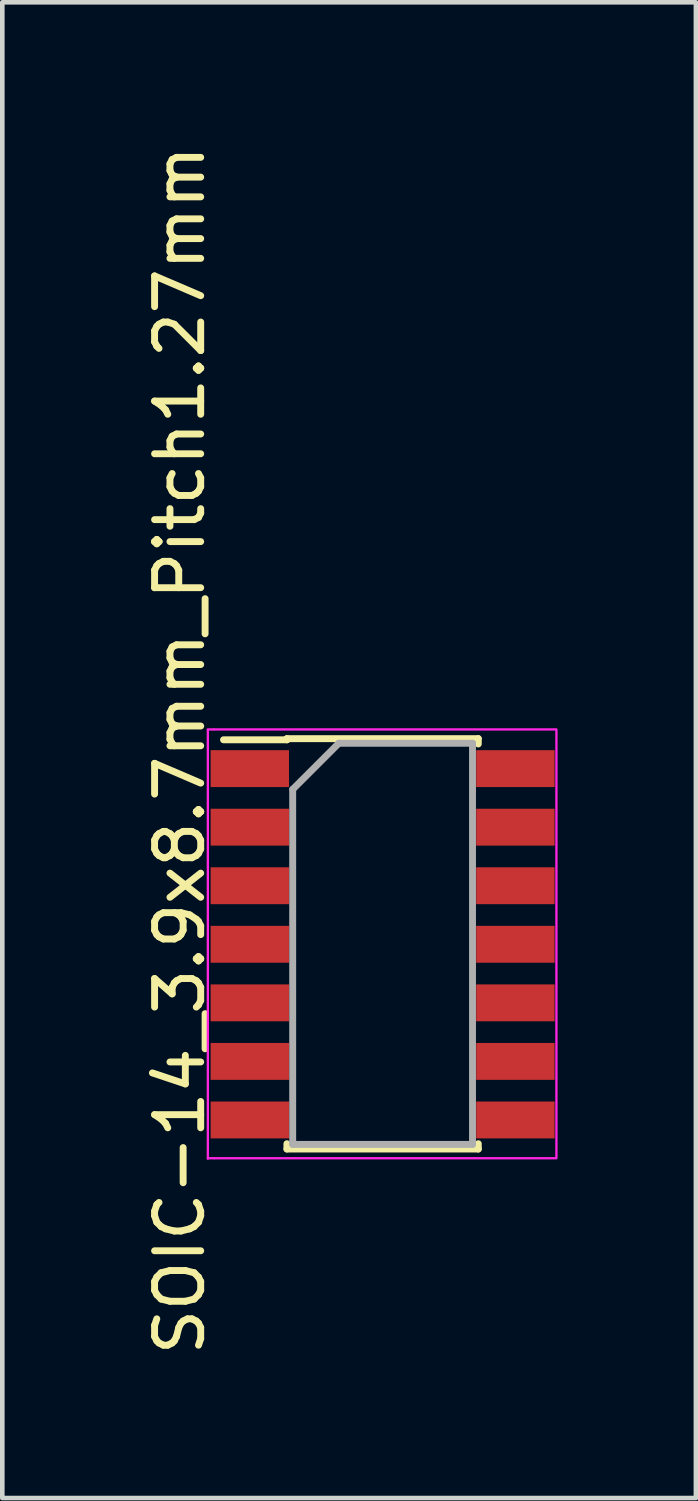
<source format=kicad_pcb>
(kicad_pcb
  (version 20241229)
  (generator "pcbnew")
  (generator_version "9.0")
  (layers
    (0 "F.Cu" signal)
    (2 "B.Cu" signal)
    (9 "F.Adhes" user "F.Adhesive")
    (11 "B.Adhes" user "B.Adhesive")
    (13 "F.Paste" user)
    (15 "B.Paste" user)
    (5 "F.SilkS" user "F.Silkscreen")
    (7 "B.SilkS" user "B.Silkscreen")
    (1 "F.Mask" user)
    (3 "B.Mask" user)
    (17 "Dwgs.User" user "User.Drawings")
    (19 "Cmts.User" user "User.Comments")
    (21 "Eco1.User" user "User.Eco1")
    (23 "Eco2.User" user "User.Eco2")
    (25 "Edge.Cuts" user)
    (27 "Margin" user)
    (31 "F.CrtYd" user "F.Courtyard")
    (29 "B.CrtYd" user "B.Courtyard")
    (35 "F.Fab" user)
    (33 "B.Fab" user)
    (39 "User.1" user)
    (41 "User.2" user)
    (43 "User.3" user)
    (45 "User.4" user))
  (footprint "SOIC-14_3.9x8.7mm_Pitch1.27mm"
    (layer "F.Cu")
    (at 5.248 17.42)
    (property "Reference" "SOIC-14_3.9x8.7mm_Pitch1.27mm" (at -4.4 -4.2 270) (layer "F.SilkS") (effects (font (size 1 1) (thickness 0.15))))
    (attr smd)
    (fp_line (start -2.075 -4.45) (end -2.075 -4.425) (stroke (width 0.15) (type solid)) (layer "F.SilkS"))
    (fp_line (start -2.075 -4.45) (end 2.075 -4.45) (stroke (width 0.15) (type solid)) (layer "F.SilkS"))
    (fp_line (start -2.075 -4.425) (end -3.45 -4.425) (stroke (width 0.15) (type solid)) (layer "F.SilkS"))
    (fp_line (start -2.075 4.45) (end -2.075 4.335) (stroke (width 0.15) (type solid)) (layer "F.SilkS"))
    (fp_line (start -2.075 4.45) (end 2.075 4.45) (stroke (width 0.15) (type solid)) (layer "F.SilkS"))
    (fp_line (start 2.075 -4.45) (end 2.075 -4.335) (stroke (width 0.15) (type solid)) (layer "F.SilkS"))
    (fp_line (start 2.075 4.45) (end 2.075 4.335) (stroke (width 0.15) (type solid)) (layer "F.SilkS"))
    (fp_line (start -3.79 -4.64) (end -3.79 4.66) (stroke (width 0.05) (type solid)) (layer "F.CrtYd"))
    (fp_line (start -3.66 -4.65) (end -3.79 -4.65) (stroke (width 0.05) (type solid)) (layer "F.CrtYd"))
    (fp_line (start -3.65 -4.65) (end 3.75 -4.65) (stroke (width 0.05) (type solid)) (layer "F.CrtYd"))
    (fp_line (start -3.65 4.65) (end -3.79 4.65) (stroke (width 0.05) (type solid)) (layer "F.CrtYd"))
    (fp_line (start -3.65 4.65) (end 3.75 4.65) (stroke (width 0.05) (type solid)) (layer "F.CrtYd"))
    (fp_line (start 3.77 -4.65) (end 3.77 4.65) (stroke (width 0.05) (type solid)) (layer "F.CrtYd"))
    (fp_line (start -1.95 -3.35) (end -0.95 -4.35) (stroke (width 0.15) (type solid)) (layer "F.Fab"))
    (fp_line (start -1.95 4.35) (end -1.95 -3.35) (stroke (width 0.15) (type solid)) (layer "F.Fab"))
    (fp_line (start -0.95 -4.35) (end 1.95 -4.35) (stroke (width 0.15) (type solid)) (layer "F.Fab"))
    (fp_line (start 1.95 -4.35) (end 1.95 4.35) (stroke (width 0.15) (type solid)) (layer "F.Fab"))
    (fp_line (start 1.95 4.35) (end -1.95 4.35) (stroke (width 0.15) (type solid)) (layer "F.Fab"))
    (pad "1" smd rect (at -2.88 -3.8) (size 1.7 0.8) (layers "F.Cu" "F.Mask" "F.Paste"))
    (pad "2" smd rect (at -2.88 -2.53) (size 1.7 0.8) (layers "F.Cu" "F.Mask" "F.Paste"))
    (pad "3" smd rect (at -2.88 -1.26) (size 1.7 0.8) (layers "F.Cu" "F.Mask" "F.Paste"))
    (pad "4" smd rect (at -2.88 0.01) (size 1.7 0.8) (layers "F.Cu" "F.Mask" "F.Paste"))
    (pad "5" smd rect (at -2.88 1.28) (size 1.7 0.8) (layers "F.Cu" "F.Mask" "F.Paste"))
    (pad "6" smd rect (at -2.88 2.55) (size 1.7 0.8) (layers "F.Cu" "F.Mask" "F.Paste"))
    (pad "7" smd rect (at -2.88 3.82) (size 1.7 0.8) (layers "F.Cu" "F.Mask" "F.Paste"))
    (pad "8" smd rect (at 2.88 3.82) (size 1.7 0.8) (layers "F.Cu" "F.Mask" "F.Paste"))
    (pad "9" smd rect (at 2.88 2.55) (size 1.7 0.8) (layers "F.Cu" "F.Mask" "F.Paste"))
    (pad "10" smd rect (at 2.88 1.28) (size 1.7 0.8) (layers "F.Cu" "F.Mask" "F.Paste"))
    (pad "11" smd rect (at 2.88 0.01) (size 1.7 0.8) (layers "F.Cu" "F.Mask" "F.Paste"))
    (pad "12" smd rect (at 2.88 -1.26) (size 1.7 0.8) (layers "F.Cu" "F.Mask" "F.Paste"))
    (pad "13" smd rect (at 2.88 -2.53) (size 1.7 0.8) (layers "F.Cu" "F.Mask" "F.Paste"))
    (pad "14" smd rect (at 2.88 -3.8) (size 1.7 0.8) (layers "F.Cu" "F.Mask" "F.Paste")))
  (gr_rect
    (start -3 -3)
    (end 12.043 29.44)
    (stroke (width 0.1) (type default))
    (fill no)
    (layer "Edge.Cuts")))
</source>
